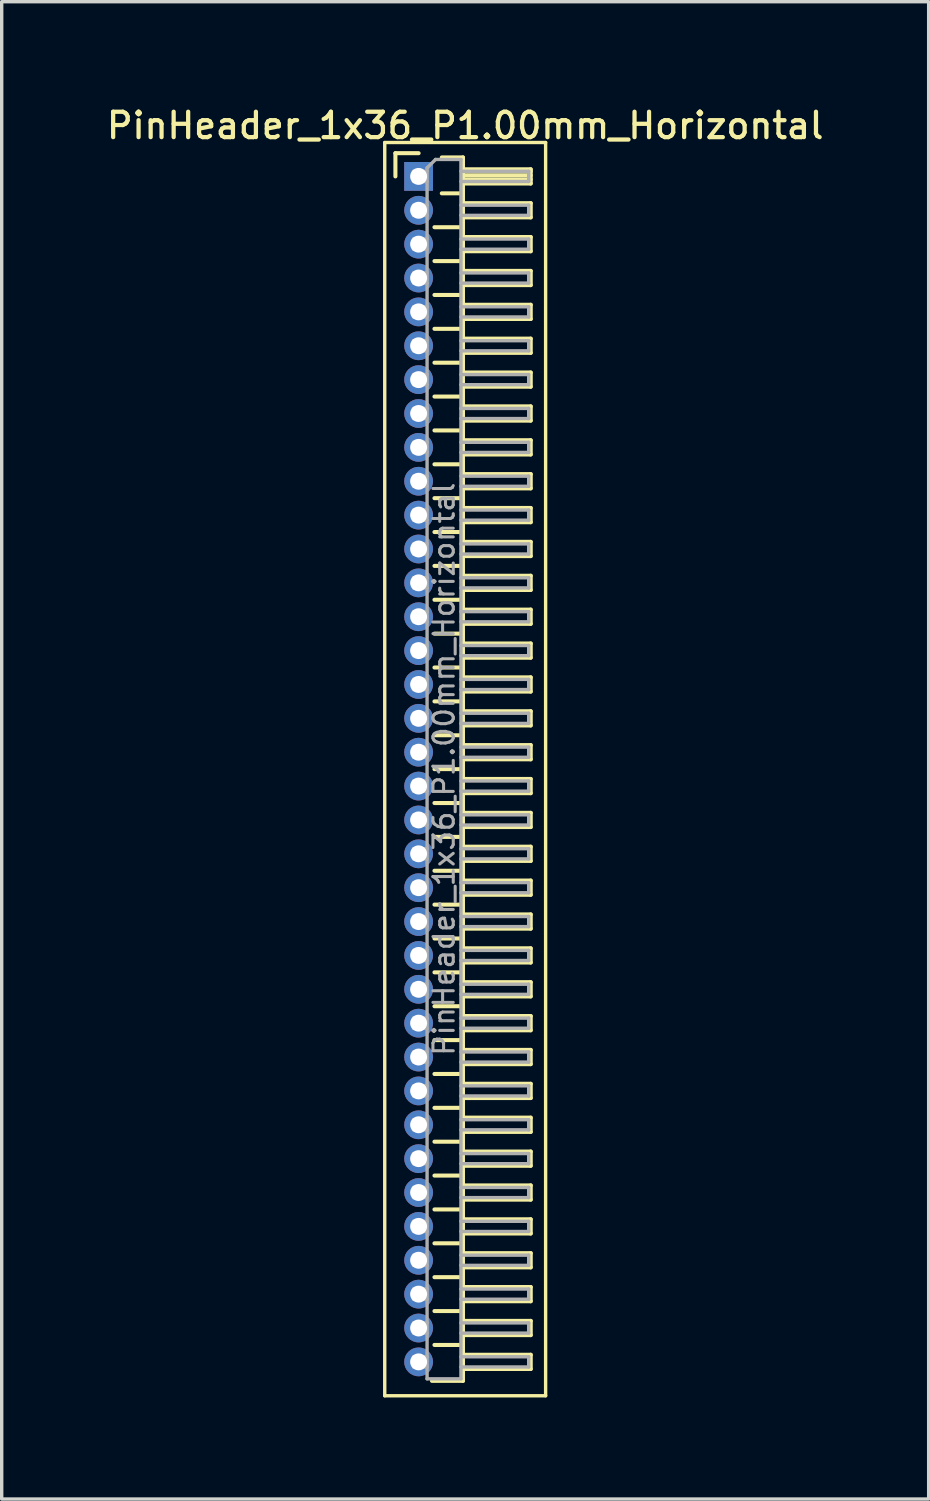
<source format=kicad_pcb>
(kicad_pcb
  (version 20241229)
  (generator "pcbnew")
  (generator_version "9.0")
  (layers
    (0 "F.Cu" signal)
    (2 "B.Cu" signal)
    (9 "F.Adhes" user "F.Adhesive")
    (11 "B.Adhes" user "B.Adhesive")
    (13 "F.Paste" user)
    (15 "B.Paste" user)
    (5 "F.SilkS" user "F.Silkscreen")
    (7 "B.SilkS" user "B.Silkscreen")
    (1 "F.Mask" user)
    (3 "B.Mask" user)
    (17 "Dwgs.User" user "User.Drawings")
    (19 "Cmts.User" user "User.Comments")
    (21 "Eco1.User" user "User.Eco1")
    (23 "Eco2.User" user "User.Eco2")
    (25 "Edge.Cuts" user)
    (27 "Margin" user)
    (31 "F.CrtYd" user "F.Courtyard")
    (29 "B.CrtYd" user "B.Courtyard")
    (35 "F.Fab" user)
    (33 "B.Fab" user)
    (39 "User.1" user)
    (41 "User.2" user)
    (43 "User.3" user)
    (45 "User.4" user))
  (footprint "PinHeader_1x36_P1.00mm_Horizontal"
    (layer "F.Cu")
    (at 9.309 2.158)
    (property "Reference" "PinHeader_1x36_P1.00mm_Horizontal" (at 1.375 -1.5 0) (layer "F.SilkS") (effects (font (size 0.75 0.75) (thickness 0.125))))
    (attr through_hole)
    (fp_line (start -1 -1) (end -1 36) (stroke (width 0.1) (type solid)) (layer "F.SilkS"))
    (fp_line (start -1 36) (end 3.75 36) (stroke (width 0.1) (type solid)) (layer "F.SilkS"))
    (fp_line (start -0.685 -0.685) (end 0 -0.685) (stroke (width 0.12) (type solid)) (layer "F.SilkS"))
    (fp_line (start -0.685 0) (end -0.685 -0.685) (stroke (width 0.12) (type solid)) (layer "F.SilkS"))
    (fp_line (start 0.468 1.5) (end 1.31 1.5) (stroke (width 0.12) (type solid)) (layer "F.SilkS"))
    (fp_line (start 0.468 2.5) (end 1.31 2.5) (stroke (width 0.12) (type solid)) (layer "F.SilkS"))
    (fp_line (start 0.468 3.5) (end 1.31 3.5) (stroke (width 0.12) (type solid)) (layer "F.SilkS"))
    (fp_line (start 0.468 4.5) (end 1.31 4.5) (stroke (width 0.12) (type solid)) (layer "F.SilkS"))
    (fp_line (start 0.468 5.5) (end 1.31 5.5) (stroke (width 0.12) (type solid)) (layer "F.SilkS"))
    (fp_line (start 0.468 6.5) (end 1.31 6.5) (stroke (width 0.12) (type solid)) (layer "F.SilkS"))
    (fp_line (start 0.468 7.5) (end 1.31 7.5) (stroke (width 0.12) (type solid)) (layer "F.SilkS"))
    (fp_line (start 0.468 8.5) (end 1.31 8.5) (stroke (width 0.12) (type solid)) (layer "F.SilkS"))
    (fp_line (start 0.468 9.5) (end 1.31 9.5) (stroke (width 0.12) (type solid)) (layer "F.SilkS"))
    (fp_line (start 0.468 10.5) (end 1.31 10.5) (stroke (width 0.12) (type solid)) (layer "F.SilkS"))
    (fp_line (start 0.468 11.5) (end 1.31 11.5) (stroke (width 0.12) (type solid)) (layer "F.SilkS"))
    (fp_line (start 0.468 12.5) (end 1.31 12.5) (stroke (width 0.12) (type solid)) (layer "F.SilkS"))
    (fp_line (start 0.468 13.5) (end 1.31 13.5) (stroke (width 0.12) (type solid)) (layer "F.SilkS"))
    (fp_line (start 0.468 14.5) (end 1.31 14.5) (stroke (width 0.12) (type solid)) (layer "F.SilkS"))
    (fp_line (start 0.468 15.5) (end 1.31 15.5) (stroke (width 0.12) (type solid)) (layer "F.SilkS"))
    (fp_line (start 0.468 16.5) (end 1.31 16.5) (stroke (width 0.12) (type solid)) (layer "F.SilkS"))
    (fp_line (start 0.468 17.5) (end 1.31 17.5) (stroke (width 0.12) (type solid)) (layer "F.SilkS"))
    (fp_line (start 0.468 18.5) (end 1.31 18.5) (stroke (width 0.12) (type solid)) (layer "F.SilkS"))
    (fp_line (start 0.468 19.5) (end 1.31 19.5) (stroke (width 0.12) (type solid)) (layer "F.SilkS"))
    (fp_line (start 0.468 20.5) (end 1.31 20.5) (stroke (width 0.12) (type solid)) (layer "F.SilkS"))
    (fp_line (start 0.468 21.5) (end 1.31 21.5) (stroke (width 0.12) (type solid)) (layer "F.SilkS"))
    (fp_line (start 0.468 22.5) (end 1.31 22.5) (stroke (width 0.12) (type solid)) (layer "F.SilkS"))
    (fp_line (start 0.468 23.5) (end 1.31 23.5) (stroke (width 0.12) (type solid)) (layer "F.SilkS"))
    (fp_line (start 0.468 24.5) (end 1.31 24.5) (stroke (width 0.12) (type solid)) (layer "F.SilkS"))
    (fp_line (start 0.468 25.5) (end 1.31 25.5) (stroke (width 0.12) (type solid)) (layer "F.SilkS"))
    (fp_line (start 0.468 26.5) (end 1.31 26.5) (stroke (width 0.12) (type solid)) (layer "F.SilkS"))
    (fp_line (start 0.468 27.5) (end 1.31 27.5) (stroke (width 0.12) (type solid)) (layer "F.SilkS"))
    (fp_line (start 0.468 28.5) (end 1.31 28.5) (stroke (width 0.12) (type solid)) (layer "F.SilkS"))
    (fp_line (start 0.468 29.5) (end 1.31 29.5) (stroke (width 0.12) (type solid)) (layer "F.SilkS"))
    (fp_line (start 0.468 30.5) (end 1.31 30.5) (stroke (width 0.12) (type solid)) (layer "F.SilkS"))
    (fp_line (start 0.468 31.5) (end 1.31 31.5) (stroke (width 0.12) (type solid)) (layer "F.SilkS"))
    (fp_line (start 0.468 32.5) (end 1.31 32.5) (stroke (width 0.12) (type solid)) (layer "F.SilkS"))
    (fp_line (start 0.468 33.5) (end 1.31 33.5) (stroke (width 0.12) (type solid)) (layer "F.SilkS"))
    (fp_line (start 0.468 34.5) (end 1.31 34.5) (stroke (width 0.12) (type solid)) (layer "F.SilkS"))
    (fp_line (start 0.685 -0.56) (end 1.31 -0.56) (stroke (width 0.12) (type solid)) (layer "F.SilkS"))
    (fp_line (start 0.685 0.5) (end 1.31 0.5) (stroke (width 0.12) (type solid)) (layer "F.SilkS"))
    (fp_line (start 1.31 -0.56) (end 1.31 35.56) (stroke (width 0.12) (type solid)) (layer "F.SilkS"))
    (fp_line (start 1.31 -0.21) (end 3.31 -0.21) (stroke (width 0.12) (type solid)) (layer "F.SilkS"))
    (fp_line (start 1.31 -0.15) (end 3.31 -0.15) (stroke (width 0.12) (type solid)) (layer "F.SilkS"))
    (fp_line (start 1.31 -0.03) (end 3.31 -0.03) (stroke (width 0.12) (type solid)) (layer "F.SilkS"))
    (fp_line (start 1.31 0.09) (end 3.31 0.09) (stroke (width 0.12) (type solid)) (layer "F.SilkS"))
    (fp_line (start 1.31 0.79) (end 3.31 0.79) (stroke (width 0.12) (type solid)) (layer "F.SilkS"))
    (fp_line (start 1.31 1.79) (end 3.31 1.79) (stroke (width 0.12) (type solid)) (layer "F.SilkS"))
    (fp_line (start 1.31 2.79) (end 3.31 2.79) (stroke (width 0.12) (type solid)) (layer "F.SilkS"))
    (fp_line (start 1.31 3.79) (end 3.31 3.79) (stroke (width 0.12) (type solid)) (layer "F.SilkS"))
    (fp_line (start 1.31 4.79) (end 3.31 4.79) (stroke (width 0.12) (type solid)) (layer "F.SilkS"))
    (fp_line (start 1.31 5.79) (end 3.31 5.79) (stroke (width 0.12) (type solid)) (layer "F.SilkS"))
    (fp_line (start 1.31 6.79) (end 3.31 6.79) (stroke (width 0.12) (type solid)) (layer "F.SilkS"))
    (fp_line (start 1.31 7.79) (end 3.31 7.79) (stroke (width 0.12) (type solid)) (layer "F.SilkS"))
    (fp_line (start 1.31 8.79) (end 3.31 8.79) (stroke (width 0.12) (type solid)) (layer "F.SilkS"))
    (fp_line (start 1.31 9.79) (end 3.31 9.79) (stroke (width 0.12) (type solid)) (layer "F.SilkS"))
    (fp_line (start 1.31 10.79) (end 3.31 10.79) (stroke (width 0.12) (type solid)) (layer "F.SilkS"))
    (fp_line (start 1.31 11.79) (end 3.31 11.79) (stroke (width 0.12) (type solid)) (layer "F.SilkS"))
    (fp_line (start 1.31 12.79) (end 3.31 12.79) (stroke (width 0.12) (type solid)) (layer "F.SilkS"))
    (fp_line (start 1.31 13.79) (end 3.31 13.79) (stroke (width 0.12) (type solid)) (layer "F.SilkS"))
    (fp_line (start 1.31 14.79) (end 3.31 14.79) (stroke (width 0.12) (type solid)) (layer "F.SilkS"))
    (fp_line (start 1.31 15.79) (end 3.31 15.79) (stroke (width 0.12) (type solid)) (layer "F.SilkS"))
    (fp_line (start 1.31 16.79) (end 3.31 16.79) (stroke (width 0.12) (type solid)) (layer "F.SilkS"))
    (fp_line (start 1.31 17.79) (end 3.31 17.79) (stroke (width 0.12) (type solid)) (layer "F.SilkS"))
    (fp_line (start 1.31 18.79) (end 3.31 18.79) (stroke (width 0.12) (type solid)) (layer "F.SilkS"))
    (fp_line (start 1.31 19.79) (end 3.31 19.79) (stroke (width 0.12) (type solid)) (layer "F.SilkS"))
    (fp_line (start 1.31 20.79) (end 3.31 20.79) (stroke (width 0.12) (type solid)) (layer "F.SilkS"))
    (fp_line (start 1.31 21.79) (end 3.31 21.79) (stroke (width 0.12) (type solid)) (layer "F.SilkS"))
    (fp_line (start 1.31 22.79) (end 3.31 22.79) (stroke (width 0.12) (type solid)) (layer "F.SilkS"))
    (fp_line (start 1.31 23.79) (end 3.31 23.79) (stroke (width 0.12) (type solid)) (layer "F.SilkS"))
    (fp_line (start 1.31 24.79) (end 3.31 24.79) (stroke (width 0.12) (type solid)) (layer "F.SilkS"))
    (fp_line (start 1.31 25.79) (end 3.31 25.79) (stroke (width 0.12) (type solid)) (layer "F.SilkS"))
    (fp_line (start 1.31 26.79) (end 3.31 26.79) (stroke (width 0.12) (type solid)) (layer "F.SilkS"))
    (fp_line (start 1.31 27.79) (end 3.31 27.79) (stroke (width 0.12) (type solid)) (layer "F.SilkS"))
    (fp_line (start 1.31 28.79) (end 3.31 28.79) (stroke (width 0.12) (type solid)) (layer "F.SilkS"))
    (fp_line (start 1.31 29.79) (end 3.31 29.79) (stroke (width 0.12) (type solid)) (layer "F.SilkS"))
    (fp_line (start 1.31 30.79) (end 3.31 30.79) (stroke (width 0.12) (type solid)) (layer "F.SilkS"))
    (fp_line (start 1.31 31.79) (end 3.31 31.79) (stroke (width 0.12) (type solid)) (layer "F.SilkS"))
    (fp_line (start 1.31 32.79) (end 3.31 32.79) (stroke (width 0.12) (type solid)) (layer "F.SilkS"))
    (fp_line (start 1.31 33.79) (end 3.31 33.79) (stroke (width 0.12) (type solid)) (layer "F.SilkS"))
    (fp_line (start 1.31 34.79) (end 3.31 34.79) (stroke (width 0.12) (type solid)) (layer "F.SilkS"))
    (fp_line (start 1.31 35.56) (end 0.394 35.56) (stroke (width 0.12) (type solid)) (layer "F.SilkS"))
    (fp_line (start 3.31 -0.21) (end 3.31 0.21) (stroke (width 0.12) (type solid)) (layer "F.SilkS"))
    (fp_line (start 3.31 0.21) (end 1.31 0.21) (stroke (width 0.12) (type solid)) (layer "F.SilkS"))
    (fp_line (start 3.31 0.79) (end 3.31 1.21) (stroke (width 0.12) (type solid)) (layer "F.SilkS"))
    (fp_line (start 3.31 1.21) (end 1.31 1.21) (stroke (width 0.12) (type solid)) (layer "F.SilkS"))
    (fp_line (start 3.31 1.79) (end 3.31 2.21) (stroke (width 0.12) (type solid)) (layer "F.SilkS"))
    (fp_line (start 3.31 2.21) (end 1.31 2.21) (stroke (width 0.12) (type solid)) (layer "F.SilkS"))
    (fp_line (start 3.31 2.79) (end 3.31 3.21) (stroke (width 0.12) (type solid)) (layer "F.SilkS"))
    (fp_line (start 3.31 3.21) (end 1.31 3.21) (stroke (width 0.12) (type solid)) (layer "F.SilkS"))
    (fp_line (start 3.31 3.79) (end 3.31 4.21) (stroke (width 0.12) (type solid)) (layer "F.SilkS"))
    (fp_line (start 3.31 4.21) (end 1.31 4.21) (stroke (width 0.12) (type solid)) (layer "F.SilkS"))
    (fp_line (start 3.31 4.79) (end 3.31 5.21) (stroke (width 0.12) (type solid)) (layer "F.SilkS"))
    (fp_line (start 3.31 5.21) (end 1.31 5.21) (stroke (width 0.12) (type solid)) (layer "F.SilkS"))
    (fp_line (start 3.31 5.79) (end 3.31 6.21) (stroke (width 0.12) (type solid)) (layer "F.SilkS"))
    (fp_line (start 3.31 6.21) (end 1.31 6.21) (stroke (width 0.12) (type solid)) (layer "F.SilkS"))
    (fp_line (start 3.31 6.79) (end 3.31 7.21) (stroke (width 0.12) (type solid)) (layer "F.SilkS"))
    (fp_line (start 3.31 7.21) (end 1.31 7.21) (stroke (width 0.12) (type solid)) (layer "F.SilkS"))
    (fp_line (start 3.31 7.79) (end 3.31 8.21) (stroke (width 0.12) (type solid)) (layer "F.SilkS"))
    (fp_line (start 3.31 8.21) (end 1.31 8.21) (stroke (width 0.12) (type solid)) (layer "F.SilkS"))
    (fp_line (start 3.31 8.79) (end 3.31 9.21) (stroke (width 0.12) (type solid)) (layer "F.SilkS"))
    (fp_line (start 3.31 9.21) (end 1.31 9.21) (stroke (width 0.12) (type solid)) (layer "F.SilkS"))
    (fp_line (start 3.31 9.79) (end 3.31 10.21) (stroke (width 0.12) (type solid)) (layer "F.SilkS"))
    (fp_line (start 3.31 10.21) (end 1.31 10.21) (stroke (width 0.12) (type solid)) (layer "F.SilkS"))
    (fp_line (start 3.31 10.79) (end 3.31 11.21) (stroke (width 0.12) (type solid)) (layer "F.SilkS"))
    (fp_line (start 3.31 11.21) (end 1.31 11.21) (stroke (width 0.12) (type solid)) (layer "F.SilkS"))
    (fp_line (start 3.31 11.79) (end 3.31 12.21) (stroke (width 0.12) (type solid)) (layer "F.SilkS"))
    (fp_line (start 3.31 12.21) (end 1.31 12.21) (stroke (width 0.12) (type solid)) (layer "F.SilkS"))
    (fp_line (start 3.31 12.79) (end 3.31 13.21) (stroke (width 0.12) (type solid)) (layer "F.SilkS"))
    (fp_line (start 3.31 13.21) (end 1.31 13.21) (stroke (width 0.12) (type solid)) (layer "F.SilkS"))
    (fp_line (start 3.31 13.79) (end 3.31 14.21) (stroke (width 0.12) (type solid)) (layer "F.SilkS"))
    (fp_line (start 3.31 14.21) (end 1.31 14.21) (stroke (width 0.12) (type solid)) (layer "F.SilkS"))
    (fp_line (start 3.31 14.79) (end 3.31 15.21) (stroke (width 0.12) (type solid)) (layer "F.SilkS"))
    (fp_line (start 3.31 15.21) (end 1.31 15.21) (stroke (width 0.12) (type solid)) (layer "F.SilkS"))
    (fp_line (start 3.31 15.79) (end 3.31 16.21) (stroke (width 0.12) (type solid)) (layer "F.SilkS"))
    (fp_line (start 3.31 16.21) (end 1.31 16.21) (stroke (width 0.12) (type solid)) (layer "F.SilkS"))
    (fp_line (start 3.31 16.79) (end 3.31 17.21) (stroke (width 0.12) (type solid)) (layer "F.SilkS"))
    (fp_line (start 3.31 17.21) (end 1.31 17.21) (stroke (width 0.12) (type solid)) (layer "F.SilkS"))
    (fp_line (start 3.31 17.79) (end 3.31 18.21) (stroke (width 0.12) (type solid)) (layer "F.SilkS"))
    (fp_line (start 3.31 18.21) (end 1.31 18.21) (stroke (width 0.12) (type solid)) (layer "F.SilkS"))
    (fp_line (start 3.31 18.79) (end 3.31 19.21) (stroke (width 0.12) (type solid)) (layer "F.SilkS"))
    (fp_line (start 3.31 19.21) (end 1.31 19.21) (stroke (width 0.12) (type solid)) (layer "F.SilkS"))
    (fp_line (start 3.31 19.79) (end 3.31 20.21) (stroke (width 0.12) (type solid)) (layer "F.SilkS"))
    (fp_line (start 3.31 20.21) (end 1.31 20.21) (stroke (width 0.12) (type solid)) (layer "F.SilkS"))
    (fp_line (start 3.31 20.79) (end 3.31 21.21) (stroke (width 0.12) (type solid)) (layer "F.SilkS"))
    (fp_line (start 3.31 21.21) (end 1.31 21.21) (stroke (width 0.12) (type solid)) (layer "F.SilkS"))
    (fp_line (start 3.31 21.79) (end 3.31 22.21) (stroke (width 0.12) (type solid)) (layer "F.SilkS"))
    (fp_line (start 3.31 22.21) (end 1.31 22.21) (stroke (width 0.12) (type solid)) (layer "F.SilkS"))
    (fp_line (start 3.31 22.79) (end 3.31 23.21) (stroke (width 0.12) (type solid)) (layer "F.SilkS"))
    (fp_line (start 3.31 23.21) (end 1.31 23.21) (stroke (width 0.12) (type solid)) (layer "F.SilkS"))
    (fp_line (start 3.31 23.79) (end 3.31 24.21) (stroke (width 0.12) (type solid)) (layer "F.SilkS"))
    (fp_line (start 3.31 24.21) (end 1.31 24.21) (stroke (width 0.12) (type solid)) (layer "F.SilkS"))
    (fp_line (start 3.31 24.79) (end 3.31 25.21) (stroke (width 0.12) (type solid)) (layer "F.SilkS"))
    (fp_line (start 3.31 25.21) (end 1.31 25.21) (stroke (width 0.12) (type solid)) (layer "F.SilkS"))
    (fp_line (start 3.31 25.79) (end 3.31 26.21) (stroke (width 0.12) (type solid)) (layer "F.SilkS"))
    (fp_line (start 3.31 26.21) (end 1.31 26.21) (stroke (width 0.12) (type solid)) (layer "F.SilkS"))
    (fp_line (start 3.31 26.79) (end 3.31 27.21) (stroke (width 0.12) (type solid)) (layer "F.SilkS"))
    (fp_line (start 3.31 27.21) (end 1.31 27.21) (stroke (width 0.12) (type solid)) (layer "F.SilkS"))
    (fp_line (start 3.31 27.79) (end 3.31 28.21) (stroke (width 0.12) (type solid)) (layer "F.SilkS"))
    (fp_line (start 3.31 28.21) (end 1.31 28.21) (stroke (width 0.12) (type solid)) (layer "F.SilkS"))
    (fp_line (start 3.31 28.79) (end 3.31 29.21) (stroke (width 0.12) (type solid)) (layer "F.SilkS"))
    (fp_line (start 3.31 29.21) (end 1.31 29.21) (stroke (width 0.12) (type solid)) (layer "F.SilkS"))
    (fp_line (start 3.31 29.79) (end 3.31 30.21) (stroke (width 0.12) (type solid)) (layer "F.SilkS"))
    (fp_line (start 3.31 30.21) (end 1.31 30.21) (stroke (width 0.12) (type solid)) (layer "F.SilkS"))
    (fp_line (start 3.31 30.79) (end 3.31 31.21) (stroke (width 0.12) (type solid)) (layer "F.SilkS"))
    (fp_line (start 3.31 31.21) (end 1.31 31.21) (stroke (width 0.12) (type solid)) (layer "F.SilkS"))
    (fp_line (start 3.31 31.79) (end 3.31 32.21) (stroke (width 0.12) (type solid)) (layer "F.SilkS"))
    (fp_line (start 3.31 32.21) (end 1.31 32.21) (stroke (width 0.12) (type solid)) (layer "F.SilkS"))
    (fp_line (start 3.31 32.79) (end 3.31 33.21) (stroke (width 0.12) (type solid)) (layer "F.SilkS"))
    (fp_line (start 3.31 33.21) (end 1.31 33.21) (stroke (width 0.12) (type solid)) (layer "F.SilkS"))
    (fp_line (start 3.31 33.79) (end 3.31 34.21) (stroke (width 0.12) (type solid)) (layer "F.SilkS"))
    (fp_line (start 3.31 34.21) (end 1.31 34.21) (stroke (width 0.12) (type solid)) (layer "F.SilkS"))
    (fp_line (start 3.31 34.79) (end 3.31 35.21) (stroke (width 0.12) (type solid)) (layer "F.SilkS"))
    (fp_line (start 3.31 35.21) (end 1.31 35.21) (stroke (width 0.12) (type solid)) (layer "F.SilkS"))
    (fp_line (start 3.75 -1) (end -1 -1) (stroke (width 0.1) (type solid)) (layer "F.SilkS"))
    (fp_line (start 3.75 36) (end 3.75 -1) (stroke (width 0.1) (type solid)) (layer "F.SilkS"))
    (fp_line (start -0.15 -0.15) (end -0.15 0.15) (stroke (width 0.1) (type solid)) (layer "F.Fab"))
    (fp_line (start -0.15 -0.15) (end 0.25 -0.15) (stroke (width 0.1) (type solid)) (layer "F.Fab"))
    (fp_line (start -0.15 0.15) (end 0.25 0.15) (stroke (width 0.1) (type solid)) (layer "F.Fab"))
    (fp_line (start -0.15 0.85) (end -0.15 1.15) (stroke (width 0.1) (type solid)) (layer "F.Fab"))
    (fp_line (start -0.15 0.85) (end 0.25 0.85) (stroke (width 0.1) (type solid)) (layer "F.Fab"))
    (fp_line (start -0.15 1.15) (end 0.25 1.15) (stroke (width 0.1) (type solid)) (layer "F.Fab"))
    (fp_line (start -0.15 1.85) (end -0.15 2.15) (stroke (width 0.1) (type solid)) (layer "F.Fab"))
    (fp_line (start -0.15 1.85) (end 0.25 1.85) (stroke (width 0.1) (type solid)) (layer "F.Fab"))
    (fp_line (start -0.15 2.15) (end 0.25 2.15) (stroke (width 0.1) (type solid)) (layer "F.Fab"))
    (fp_line (start -0.15 2.85) (end -0.15 3.15) (stroke (width 0.1) (type solid)) (layer "F.Fab"))
    (fp_line (start -0.15 2.85) (end 0.25 2.85) (stroke (width 0.1) (type solid)) (layer "F.Fab"))
    (fp_line (start -0.15 3.15) (end 0.25 3.15) (stroke (width 0.1) (type solid)) (layer "F.Fab"))
    (fp_line (start -0.15 3.85) (end -0.15 4.15) (stroke (width 0.1) (type solid)) (layer "F.Fab"))
    (fp_line (start -0.15 3.85) (end 0.25 3.85) (stroke (width 0.1) (type solid)) (layer "F.Fab"))
    (fp_line (start -0.15 4.15) (end 0.25 4.15) (stroke (width 0.1) (type solid)) (layer "F.Fab"))
    (fp_line (start -0.15 4.85) (end -0.15 5.15) (stroke (width 0.1) (type solid)) (layer "F.Fab"))
    (fp_line (start -0.15 4.85) (end 0.25 4.85) (stroke (width 0.1) (type solid)) (layer "F.Fab"))
    (fp_line (start -0.15 5.15) (end 0.25 5.15) (stroke (width 0.1) (type solid)) (layer "F.Fab"))
    (fp_line (start -0.15 5.85) (end -0.15 6.15) (stroke (width 0.1) (type solid)) (layer "F.Fab"))
    (fp_line (start -0.15 5.85) (end 0.25 5.85) (stroke (width 0.1) (type solid)) (layer "F.Fab"))
    (fp_line (start -0.15 6.15) (end 0.25 6.15) (stroke (width 0.1) (type solid)) (layer "F.Fab"))
    (fp_line (start -0.15 6.85) (end -0.15 7.15) (stroke (width 0.1) (type solid)) (layer "F.Fab"))
    (fp_line (start -0.15 6.85) (end 0.25 6.85) (stroke (width 0.1) (type solid)) (layer "F.Fab"))
    (fp_line (start -0.15 7.15) (end 0.25 7.15) (stroke (width 0.1) (type solid)) (layer "F.Fab"))
    (fp_line (start -0.15 7.85) (end -0.15 8.15) (stroke (width 0.1) (type solid)) (layer "F.Fab"))
    (fp_line (start -0.15 7.85) (end 0.25 7.85) (stroke (width 0.1) (type solid)) (layer "F.Fab"))
    (fp_line (start -0.15 8.15) (end 0.25 8.15) (stroke (width 0.1) (type solid)) (layer "F.Fab"))
    (fp_line (start -0.15 8.85) (end -0.15 9.15) (stroke (width 0.1) (type solid)) (layer "F.Fab"))
    (fp_line (start -0.15 8.85) (end 0.25 8.85) (stroke (width 0.1) (type solid)) (layer "F.Fab"))
    (fp_line (start -0.15 9.15) (end 0.25 9.15) (stroke (width 0.1) (type solid)) (layer "F.Fab"))
    (fp_line (start -0.15 9.85) (end -0.15 10.15) (stroke (width 0.1) (type solid)) (layer "F.Fab"))
    (fp_line (start -0.15 9.85) (end 0.25 9.85) (stroke (width 0.1) (type solid)) (layer "F.Fab"))
    (fp_line (start -0.15 10.15) (end 0.25 10.15) (stroke (width 0.1) (type solid)) (layer "F.Fab"))
    (fp_line (start -0.15 10.85) (end -0.15 11.15) (stroke (width 0.1) (type solid)) (layer "F.Fab"))
    (fp_line (start -0.15 10.85) (end 0.25 10.85) (stroke (width 0.1) (type solid)) (layer "F.Fab"))
    (fp_line (start -0.15 11.15) (end 0.25 11.15) (stroke (width 0.1) (type solid)) (layer "F.Fab"))
    (fp_line (start -0.15 11.85) (end -0.15 12.15) (stroke (width 0.1) (type solid)) (layer "F.Fab"))
    (fp_line (start -0.15 11.85) (end 0.25 11.85) (stroke (width 0.1) (type solid)) (layer "F.Fab"))
    (fp_line (start -0.15 12.15) (end 0.25 12.15) (stroke (width 0.1) (type solid)) (layer "F.Fab"))
    (fp_line (start -0.15 12.85) (end -0.15 13.15) (stroke (width 0.1) (type solid)) (layer "F.Fab"))
    (fp_line (start -0.15 12.85) (end 0.25 12.85) (stroke (width 0.1) (type solid)) (layer "F.Fab"))
    (fp_line (start -0.15 13.15) (end 0.25 13.15) (stroke (width 0.1) (type solid)) (layer "F.Fab"))
    (fp_line (start -0.15 13.85) (end -0.15 14.15) (stroke (width 0.1) (type solid)) (layer "F.Fab"))
    (fp_line (start -0.15 13.85) (end 0.25 13.85) (stroke (width 0.1) (type solid)) (layer "F.Fab"))
    (fp_line (start -0.15 14.15) (end 0.25 14.15) (stroke (width 0.1) (type solid)) (layer "F.Fab"))
    (fp_line (start -0.15 14.85) (end -0.15 15.15) (stroke (width 0.1) (type solid)) (layer "F.Fab"))
    (fp_line (start -0.15 14.85) (end 0.25 14.85) (stroke (width 0.1) (type solid)) (layer "F.Fab"))
    (fp_line (start -0.15 15.15) (end 0.25 15.15) (stroke (width 0.1) (type solid)) (layer "F.Fab"))
    (fp_line (start -0.15 15.85) (end -0.15 16.15) (stroke (width 0.1) (type solid)) (layer "F.Fab"))
    (fp_line (start -0.15 15.85) (end 0.25 15.85) (stroke (width 0.1) (type solid)) (layer "F.Fab"))
    (fp_line (start -0.15 16.15) (end 0.25 16.15) (stroke (width 0.1) (type solid)) (layer "F.Fab"))
    (fp_line (start -0.15 16.85) (end -0.15 17.15) (stroke (width 0.1) (type solid)) (layer "F.Fab"))
    (fp_line (start -0.15 16.85) (end 0.25 16.85) (stroke (width 0.1) (type solid)) (layer "F.Fab"))
    (fp_line (start -0.15 17.15) (end 0.25 17.15) (stroke (width 0.1) (type solid)) (layer "F.Fab"))
    (fp_line (start -0.15 17.85) (end -0.15 18.15) (stroke (width 0.1) (type solid)) (layer "F.Fab"))
    (fp_line (start -0.15 17.85) (end 0.25 17.85) (stroke (width 0.1) (type solid)) (layer "F.Fab"))
    (fp_line (start -0.15 18.15) (end 0.25 18.15) (stroke (width 0.1) (type solid)) (layer "F.Fab"))
    (fp_line (start -0.15 18.85) (end -0.15 19.15) (stroke (width 0.1) (type solid)) (layer "F.Fab"))
    (fp_line (start -0.15 18.85) (end 0.25 18.85) (stroke (width 0.1) (type solid)) (layer "F.Fab"))
    (fp_line (start -0.15 19.15) (end 0.25 19.15) (stroke (width 0.1) (type solid)) (layer "F.Fab"))
    (fp_line (start -0.15 19.85) (end -0.15 20.15) (stroke (width 0.1) (type solid)) (layer "F.Fab"))
    (fp_line (start -0.15 19.85) (end 0.25 19.85) (stroke (width 0.1) (type solid)) (layer "F.Fab"))
    (fp_line (start -0.15 20.15) (end 0.25 20.15) (stroke (width 0.1) (type solid)) (layer "F.Fab"))
    (fp_line (start -0.15 20.85) (end -0.15 21.15) (stroke (width 0.1) (type solid)) (layer "F.Fab"))
    (fp_line (start -0.15 20.85) (end 0.25 20.85) (stroke (width 0.1) (type solid)) (layer "F.Fab"))
    (fp_line (start -0.15 21.15) (end 0.25 21.15) (stroke (width 0.1) (type solid)) (layer "F.Fab"))
    (fp_line (start -0.15 21.85) (end -0.15 22.15) (stroke (width 0.1) (type solid)) (layer "F.Fab"))
    (fp_line (start -0.15 21.85) (end 0.25 21.85) (stroke (width 0.1) (type solid)) (layer "F.Fab"))
    (fp_line (start -0.15 22.15) (end 0.25 22.15) (stroke (width 0.1) (type solid)) (layer "F.Fab"))
    (fp_line (start -0.15 22.85) (end -0.15 23.15) (stroke (width 0.1) (type solid)) (layer "F.Fab"))
    (fp_line (start -0.15 22.85) (end 0.25 22.85) (stroke (width 0.1) (type solid)) (layer "F.Fab"))
    (fp_line (start -0.15 23.15) (end 0.25 23.15) (stroke (width 0.1) (type solid)) (layer "F.Fab"))
    (fp_line (start -0.15 23.85) (end -0.15 24.15) (stroke (width 0.1) (type solid)) (layer "F.Fab"))
    (fp_line (start -0.15 23.85) (end 0.25 23.85) (stroke (width 0.1) (type solid)) (layer "F.Fab"))
    (fp_line (start -0.15 24.15) (end 0.25 24.15) (stroke (width 0.1) (type solid)) (layer "F.Fab"))
    (fp_line (start -0.15 24.85) (end -0.15 25.15) (stroke (width 0.1) (type solid)) (layer "F.Fab"))
    (fp_line (start -0.15 24.85) (end 0.25 24.85) (stroke (width 0.1) (type solid)) (layer "F.Fab"))
    (fp_line (start -0.15 25.15) (end 0.25 25.15) (stroke (width 0.1) (type solid)) (layer "F.Fab"))
    (fp_line (start -0.15 25.85) (end -0.15 26.15) (stroke (width 0.1) (type solid)) (layer "F.Fab"))
    (fp_line (start -0.15 25.85) (end 0.25 25.85) (stroke (width 0.1) (type solid)) (layer "F.Fab"))
    (fp_line (start -0.15 26.15) (end 0.25 26.15) (stroke (width 0.1) (type solid)) (layer "F.Fab"))
    (fp_line (start -0.15 26.85) (end -0.15 27.15) (stroke (width 0.1) (type solid)) (layer "F.Fab"))
    (fp_line (start -0.15 26.85) (end 0.25 26.85) (stroke (width 0.1) (type solid)) (layer "F.Fab"))
    (fp_line (start -0.15 27.15) (end 0.25 27.15) (stroke (width 0.1) (type solid)) (layer "F.Fab"))
    (fp_line (start -0.15 27.85) (end -0.15 28.15) (stroke (width 0.1) (type solid)) (layer "F.Fab"))
    (fp_line (start -0.15 27.85) (end 0.25 27.85) (stroke (width 0.1) (type solid)) (layer "F.Fab"))
    (fp_line (start -0.15 28.15) (end 0.25 28.15) (stroke (width 0.1) (type solid)) (layer "F.Fab"))
    (fp_line (start -0.15 28.85) (end -0.15 29.15) (stroke (width 0.1) (type solid)) (layer "F.Fab"))
    (fp_line (start -0.15 28.85) (end 0.25 28.85) (stroke (width 0.1) (type solid)) (layer "F.Fab"))
    (fp_line (start -0.15 29.15) (end 0.25 29.15) (stroke (width 0.1) (type solid)) (layer "F.Fab"))
    (fp_line (start -0.15 29.85) (end -0.15 30.15) (stroke (width 0.1) (type solid)) (layer "F.Fab"))
    (fp_line (start -0.15 29.85) (end 0.25 29.85) (stroke (width 0.1) (type solid)) (layer "F.Fab"))
    (fp_line (start -0.15 30.15) (end 0.25 30.15) (stroke (width 0.1) (type solid)) (layer "F.Fab"))
    (fp_line (start -0.15 30.85) (end -0.15 31.15) (stroke (width 0.1) (type solid)) (layer "F.Fab"))
    (fp_line (start -0.15 30.85) (end 0.25 30.85) (stroke (width 0.1) (type solid)) (layer "F.Fab"))
    (fp_line (start -0.15 31.15) (end 0.25 31.15) (stroke (width 0.1) (type solid)) (layer "F.Fab"))
    (fp_line (start -0.15 31.85) (end -0.15 32.15) (stroke (width 0.1) (type solid)) (layer "F.Fab"))
    (fp_line (start -0.15 31.85) (end 0.25 31.85) (stroke (width 0.1) (type solid)) (layer "F.Fab"))
    (fp_line (start -0.15 32.15) (end 0.25 32.15) (stroke (width 0.1) (type solid)) (layer "F.Fab"))
    (fp_line (start -0.15 32.85) (end -0.15 33.15) (stroke (width 0.1) (type solid)) (layer "F.Fab"))
    (fp_line (start -0.15 32.85) (end 0.25 32.85) (stroke (width 0.1) (type solid)) (layer "F.Fab"))
    (fp_line (start -0.15 33.15) (end 0.25 33.15) (stroke (width 0.1) (type solid)) (layer "F.Fab"))
    (fp_line (start -0.15 33.85) (end -0.15 34.15) (stroke (width 0.1) (type solid)) (layer "F.Fab"))
    (fp_line (start -0.15 33.85) (end 0.25 33.85) (stroke (width 0.1) (type solid)) (layer "F.Fab"))
    (fp_line (start -0.15 34.15) (end 0.25 34.15) (stroke (width 0.1) (type solid)) (layer "F.Fab"))
    (fp_line (start -0.15 34.85) (end -0.15 35.15) (stroke (width 0.1) (type solid)) (layer "F.Fab"))
    (fp_line (start -0.15 34.85) (end 0.25 34.85) (stroke (width 0.1) (type solid)) (layer "F.Fab"))
    (fp_line (start -0.15 35.15) (end 0.25 35.15) (stroke (width 0.1) (type solid)) (layer "F.Fab"))
    (fp_line (start 0.25 -0.25) (end 0.5 -0.5) (stroke (width 0.1) (type solid)) (layer "F.Fab"))
    (fp_line (start 0.25 35.5) (end 0.25 -0.25) (stroke (width 0.1) (type solid)) (layer "F.Fab"))
    (fp_line (start 0.5 -0.5) (end 1.25 -0.5) (stroke (width 0.1) (type solid)) (layer "F.Fab"))
    (fp_line (start 1.25 -0.5) (end 1.25 35.5) (stroke (width 0.1) (type solid)) (layer "F.Fab"))
    (fp_line (start 1.25 -0.15) (end 3.25 -0.15) (stroke (width 0.1) (type solid)) (layer "F.Fab"))
    (fp_line (start 1.25 0.15) (end 3.25 0.15) (stroke (width 0.1) (type solid)) (layer "F.Fab"))
    (fp_line (start 1.25 0.85) (end 3.25 0.85) (stroke (width 0.1) (type solid)) (layer "F.Fab"))
    (fp_line (start 1.25 1.15) (end 3.25 1.15) (stroke (width 0.1) (type solid)) (layer "F.Fab"))
    (fp_line (start 1.25 1.85) (end 3.25 1.85) (stroke (width 0.1) (type solid)) (layer "F.Fab"))
    (fp_line (start 1.25 2.15) (end 3.25 2.15) (stroke (width 0.1) (type solid)) (layer "F.Fab"))
    (fp_line (start 1.25 2.85) (end 3.25 2.85) (stroke (width 0.1) (type solid)) (layer "F.Fab"))
    (fp_line (start 1.25 3.15) (end 3.25 3.15) (stroke (width 0.1) (type solid)) (layer "F.Fab"))
    (fp_line (start 1.25 3.85) (end 3.25 3.85) (stroke (width 0.1) (type solid)) (layer "F.Fab"))
    (fp_line (start 1.25 4.15) (end 3.25 4.15) (stroke (width 0.1) (type solid)) (layer "F.Fab"))
    (fp_line (start 1.25 4.85) (end 3.25 4.85) (stroke (width 0.1) (type solid)) (layer "F.Fab"))
    (fp_line (start 1.25 5.15) (end 3.25 5.15) (stroke (width 0.1) (type solid)) (layer "F.Fab"))
    (fp_line (start 1.25 5.85) (end 3.25 5.85) (stroke (width 0.1) (type solid)) (layer "F.Fab"))
    (fp_line (start 1.25 6.15) (end 3.25 6.15) (stroke (width 0.1) (type solid)) (layer "F.Fab"))
    (fp_line (start 1.25 6.85) (end 3.25 6.85) (stroke (width 0.1) (type solid)) (layer "F.Fab"))
    (fp_line (start 1.25 7.15) (end 3.25 7.15) (stroke (width 0.1) (type solid)) (layer "F.Fab"))
    (fp_line (start 1.25 7.85) (end 3.25 7.85) (stroke (width 0.1) (type solid)) (layer "F.Fab"))
    (fp_line (start 1.25 8.15) (end 3.25 8.15) (stroke (width 0.1) (type solid)) (layer "F.Fab"))
    (fp_line (start 1.25 8.85) (end 3.25 8.85) (stroke (width 0.1) (type solid)) (layer "F.Fab"))
    (fp_line (start 1.25 9.15) (end 3.25 9.15) (stroke (width 0.1) (type solid)) (layer "F.Fab"))
    (fp_line (start 1.25 9.85) (end 3.25 9.85) (stroke (width 0.1) (type solid)) (layer "F.Fab"))
    (fp_line (start 1.25 10.15) (end 3.25 10.15) (stroke (width 0.1) (type solid)) (layer "F.Fab"))
    (fp_line (start 1.25 10.85) (end 3.25 10.85) (stroke (width 0.1) (type solid)) (layer "F.Fab"))
    (fp_line (start 1.25 11.15) (end 3.25 11.15) (stroke (width 0.1) (type solid)) (layer "F.Fab"))
    (fp_line (start 1.25 11.85) (end 3.25 11.85) (stroke (width 0.1) (type solid)) (layer "F.Fab"))
    (fp_line (start 1.25 12.15) (end 3.25 12.15) (stroke (width 0.1) (type solid)) (layer "F.Fab"))
    (fp_line (start 1.25 12.85) (end 3.25 12.85) (stroke (width 0.1) (type solid)) (layer "F.Fab"))
    (fp_line (start 1.25 13.15) (end 3.25 13.15) (stroke (width 0.1) (type solid)) (layer "F.Fab"))
    (fp_line (start 1.25 13.85) (end 3.25 13.85) (stroke (width 0.1) (type solid)) (layer "F.Fab"))
    (fp_line (start 1.25 14.15) (end 3.25 14.15) (stroke (width 0.1) (type solid)) (layer "F.Fab"))
    (fp_line (start 1.25 14.85) (end 3.25 14.85) (stroke (width 0.1) (type solid)) (layer "F.Fab"))
    (fp_line (start 1.25 15.15) (end 3.25 15.15) (stroke (width 0.1) (type solid)) (layer "F.Fab"))
    (fp_line (start 1.25 15.85) (end 3.25 15.85) (stroke (width 0.1) (type solid)) (layer "F.Fab"))
    (fp_line (start 1.25 16.15) (end 3.25 16.15) (stroke (width 0.1) (type solid)) (layer "F.Fab"))
    (fp_line (start 1.25 16.85) (end 3.25 16.85) (stroke (width 0.1) (type solid)) (layer "F.Fab"))
    (fp_line (start 1.25 17.15) (end 3.25 17.15) (stroke (width 0.1) (type solid)) (layer "F.Fab"))
    (fp_line (start 1.25 17.85) (end 3.25 17.85) (stroke (width 0.1) (type solid)) (layer "F.Fab"))
    (fp_line (start 1.25 18.15) (end 3.25 18.15) (stroke (width 0.1) (type solid)) (layer "F.Fab"))
    (fp_line (start 1.25 18.85) (end 3.25 18.85) (stroke (width 0.1) (type solid)) (layer "F.Fab"))
    (fp_line (start 1.25 19.15) (end 3.25 19.15) (stroke (width 0.1) (type solid)) (layer "F.Fab"))
    (fp_line (start 1.25 19.85) (end 3.25 19.85) (stroke (width 0.1) (type solid)) (layer "F.Fab"))
    (fp_line (start 1.25 20.15) (end 3.25 20.15) (stroke (width 0.1) (type solid)) (layer "F.Fab"))
    (fp_line (start 1.25 20.85) (end 3.25 20.85) (stroke (width 0.1) (type solid)) (layer "F.Fab"))
    (fp_line (start 1.25 21.15) (end 3.25 21.15) (stroke (width 0.1) (type solid)) (layer "F.Fab"))
    (fp_line (start 1.25 21.85) (end 3.25 21.85) (stroke (width 0.1) (type solid)) (layer "F.Fab"))
    (fp_line (start 1.25 22.15) (end 3.25 22.15) (stroke (width 0.1) (type solid)) (layer "F.Fab"))
    (fp_line (start 1.25 22.85) (end 3.25 22.85) (stroke (width 0.1) (type solid)) (layer "F.Fab"))
    (fp_line (start 1.25 23.15) (end 3.25 23.15) (stroke (width 0.1) (type solid)) (layer "F.Fab"))
    (fp_line (start 1.25 23.85) (end 3.25 23.85) (stroke (width 0.1) (type solid)) (layer "F.Fab"))
    (fp_line (start 1.25 24.15) (end 3.25 24.15) (stroke (width 0.1) (type solid)) (layer "F.Fab"))
    (fp_line (start 1.25 24.85) (end 3.25 24.85) (stroke (width 0.1) (type solid)) (layer "F.Fab"))
    (fp_line (start 1.25 25.15) (end 3.25 25.15) (stroke (width 0.1) (type solid)) (layer "F.Fab"))
    (fp_line (start 1.25 25.85) (end 3.25 25.85) (stroke (width 0.1) (type solid)) (layer "F.Fab"))
    (fp_line (start 1.25 26.15) (end 3.25 26.15) (stroke (width 0.1) (type solid)) (layer "F.Fab"))
    (fp_line (start 1.25 26.85) (end 3.25 26.85) (stroke (width 0.1) (type solid)) (layer "F.Fab"))
    (fp_line (start 1.25 27.15) (end 3.25 27.15) (stroke (width 0.1) (type solid)) (layer "F.Fab"))
    (fp_line (start 1.25 27.85) (end 3.25 27.85) (stroke (width 0.1) (type solid)) (layer "F.Fab"))
    (fp_line (start 1.25 28.15) (end 3.25 28.15) (stroke (width 0.1) (type solid)) (layer "F.Fab"))
    (fp_line (start 1.25 28.85) (end 3.25 28.85) (stroke (width 0.1) (type solid)) (layer "F.Fab"))
    (fp_line (start 1.25 29.15) (end 3.25 29.15) (stroke (width 0.1) (type solid)) (layer "F.Fab"))
    (fp_line (start 1.25 29.85) (end 3.25 29.85) (stroke (width 0.1) (type solid)) (layer "F.Fab"))
    (fp_line (start 1.25 30.15) (end 3.25 30.15) (stroke (width 0.1) (type solid)) (layer "F.Fab"))
    (fp_line (start 1.25 30.85) (end 3.25 30.85) (stroke (width 0.1) (type solid)) (layer "F.Fab"))
    (fp_line (start 1.25 31.15) (end 3.25 31.15) (stroke (width 0.1) (type solid)) (layer "F.Fab"))
    (fp_line (start 1.25 31.85) (end 3.25 31.85) (stroke (width 0.1) (type solid)) (layer "F.Fab"))
    (fp_line (start 1.25 32.15) (end 3.25 32.15) (stroke (width 0.1) (type solid)) (layer "F.Fab"))
    (fp_line (start 1.25 32.85) (end 3.25 32.85) (stroke (width 0.1) (type solid)) (layer "F.Fab"))
    (fp_line (start 1.25 33.15) (end 3.25 33.15) (stroke (width 0.1) (type solid)) (layer "F.Fab"))
    (fp_line (start 1.25 33.85) (end 3.25 33.85) (stroke (width 0.1) (type solid)) (layer "F.Fab"))
    (fp_line (start 1.25 34.15) (end 3.25 34.15) (stroke (width 0.1) (type solid)) (layer "F.Fab"))
    (fp_line (start 1.25 34.85) (end 3.25 34.85) (stroke (width 0.1) (type solid)) (layer "F.Fab"))
    (fp_line (start 1.25 35.15) (end 3.25 35.15) (stroke (width 0.1) (type solid)) (layer "F.Fab"))
    (fp_line (start 1.25 35.5) (end 0.25 35.5) (stroke (width 0.1) (type solid)) (layer "F.Fab"))
    (fp_line (start 3.25 -0.15) (end 3.25 0.15) (stroke (width 0.1) (type solid)) (layer "F.Fab"))
    (fp_line (start 3.25 0.85) (end 3.25 1.15) (stroke (width 0.1) (type solid)) (layer "F.Fab"))
    (fp_line (start 3.25 1.85) (end 3.25 2.15) (stroke (width 0.1) (type solid)) (layer "F.Fab"))
    (fp_line (start 3.25 2.85) (end 3.25 3.15) (stroke (width 0.1) (type solid)) (layer "F.Fab"))
    (fp_line (start 3.25 3.85) (end 3.25 4.15) (stroke (width 0.1) (type solid)) (layer "F.Fab"))
    (fp_line (start 3.25 4.85) (end 3.25 5.15) (stroke (width 0.1) (type solid)) (layer "F.Fab"))
    (fp_line (start 3.25 5.85) (end 3.25 6.15) (stroke (width 0.1) (type solid)) (layer "F.Fab"))
    (fp_line (start 3.25 6.85) (end 3.25 7.15) (stroke (width 0.1) (type solid)) (layer "F.Fab"))
    (fp_line (start 3.25 7.85) (end 3.25 8.15) (stroke (width 0.1) (type solid)) (layer "F.Fab"))
    (fp_line (start 3.25 8.85) (end 3.25 9.15) (stroke (width 0.1) (type solid)) (layer "F.Fab"))
    (fp_line (start 3.25 9.85) (end 3.25 10.15) (stroke (width 0.1) (type solid)) (layer "F.Fab"))
    (fp_line (start 3.25 10.85) (end 3.25 11.15) (stroke (width 0.1) (type solid)) (layer "F.Fab"))
    (fp_line (start 3.25 11.85) (end 3.25 12.15) (stroke (width 0.1) (type solid)) (layer "F.Fab"))
    (fp_line (start 3.25 12.85) (end 3.25 13.15) (stroke (width 0.1) (type solid)) (layer "F.Fab"))
    (fp_line (start 3.25 13.85) (end 3.25 14.15) (stroke (width 0.1) (type solid)) (layer "F.Fab"))
    (fp_line (start 3.25 14.85) (end 3.25 15.15) (stroke (width 0.1) (type solid)) (layer "F.Fab"))
    (fp_line (start 3.25 15.85) (end 3.25 16.15) (stroke (width 0.1) (type solid)) (layer "F.Fab"))
    (fp_line (start 3.25 16.85) (end 3.25 17.15) (stroke (width 0.1) (type solid)) (layer "F.Fab"))
    (fp_line (start 3.25 17.85) (end 3.25 18.15) (stroke (width 0.1) (type solid)) (layer "F.Fab"))
    (fp_line (start 3.25 18.85) (end 3.25 19.15) (stroke (width 0.1) (type solid)) (layer "F.Fab"))
    (fp_line (start 3.25 19.85) (end 3.25 20.15) (stroke (width 0.1) (type solid)) (layer "F.Fab"))
    (fp_line (start 3.25 20.85) (end 3.25 21.15) (stroke (width 0.1) (type solid)) (layer "F.Fab"))
    (fp_line (start 3.25 21.85) (end 3.25 22.15) (stroke (width 0.1) (type solid)) (layer "F.Fab"))
    (fp_line (start 3.25 22.85) (end 3.25 23.15) (stroke (width 0.1) (type solid)) (layer "F.Fab"))
    (fp_line (start 3.25 23.85) (end 3.25 24.15) (stroke (width 0.1) (type solid)) (layer "F.Fab"))
    (fp_line (start 3.25 24.85) (end 3.25 25.15) (stroke (width 0.1) (type solid)) (layer "F.Fab"))
    (fp_line (start 3.25 25.85) (end 3.25 26.15) (stroke (width 0.1) (type solid)) (layer "F.Fab"))
    (fp_line (start 3.25 26.85) (end 3.25 27.15) (stroke (width 0.1) (type solid)) (layer "F.Fab"))
    (fp_line (start 3.25 27.85) (end 3.25 28.15) (stroke (width 0.1) (type solid)) (layer "F.Fab"))
    (fp_line (start 3.25 28.85) (end 3.25 29.15) (stroke (width 0.1) (type solid)) (layer "F.Fab"))
    (fp_line (start 3.25 29.85) (end 3.25 30.15) (stroke (width 0.1) (type solid)) (layer "F.Fab"))
    (fp_line (start 3.25 30.85) (end 3.25 31.15) (stroke (width 0.1) (type solid)) (layer "F.Fab"))
    (fp_line (start 3.25 31.85) (end 3.25 32.15) (stroke (width 0.1) (type solid)) (layer "F.Fab"))
    (fp_line (start 3.25 32.85) (end 3.25 33.15) (stroke (width 0.1) (type solid)) (layer "F.Fab"))
    (fp_line (start 3.25 33.85) (end 3.25 34.15) (stroke (width 0.1) (type solid)) (layer "F.Fab"))
    (fp_line (start 3.25 34.85) (end 3.25 35.15) (stroke (width 0.1) (type solid)) (layer "F.Fab"))
    (fp_text user "${REFERENCE}" (at 0.75 17.5 90) (layer "F.Fab") (effects (font (size 0.6 0.6) (thickness 0.09))))
    (pad "1" thru_hole rect (at 0 0) (size 0.85 0.85) (drill 0.5) (layers "*.Cu" "*.Mask"))
    (pad "2" thru_hole oval (at 0 1) (size 0.85 0.85) (drill 0.5) (layers "*.Cu" "*.Mask"))
    (pad "3" thru_hole oval (at 0 2) (size 0.85 0.85) (drill 0.5) (layers "*.Cu" "*.Mask"))
    (pad "4" thru_hole oval (at 0 3) (size 0.85 0.85) (drill 0.5) (layers "*.Cu" "*.Mask"))
    (pad "5" thru_hole oval (at 0 4) (size 0.85 0.85) (drill 0.5) (layers "*.Cu" "*.Mask"))
    (pad "6" thru_hole oval (at 0 5) (size 0.85 0.85) (drill 0.5) (layers "*.Cu" "*.Mask"))
    (pad "7" thru_hole oval (at 0 6) (size 0.85 0.85) (drill 0.5) (layers "*.Cu" "*.Mask"))
    (pad "8" thru_hole oval (at 0 7) (size 0.85 0.85) (drill 0.5) (layers "*.Cu" "*.Mask"))
    (pad "9" thru_hole oval (at 0 8) (size 0.85 0.85) (drill 0.5) (layers "*.Cu" "*.Mask"))
    (pad "10" thru_hole oval (at 0 9) (size 0.85 0.85) (drill 0.5) (layers "*.Cu" "*.Mask"))
    (pad "11" thru_hole oval (at 0 10) (size 0.85 0.85) (drill 0.5) (layers "*.Cu" "*.Mask"))
    (pad "12" thru_hole oval (at 0 11) (size 0.85 0.85) (drill 0.5) (layers "*.Cu" "*.Mask"))
    (pad "13" thru_hole oval (at 0 12) (size 0.85 0.85) (drill 0.5) (layers "*.Cu" "*.Mask"))
    (pad "14" thru_hole oval (at 0 13) (size 0.85 0.85) (drill 0.5) (layers "*.Cu" "*.Mask"))
    (pad "15" thru_hole oval (at 0 14) (size 0.85 0.85) (drill 0.5) (layers "*.Cu" "*.Mask"))
    (pad "16" thru_hole oval (at 0 15) (size 0.85 0.85) (drill 0.5) (layers "*.Cu" "*.Mask"))
    (pad "17" thru_hole oval (at 0 16) (size 0.85 0.85) (drill 0.5) (layers "*.Cu" "*.Mask"))
    (pad "18" thru_hole oval (at 0 17) (size 0.85 0.85) (drill 0.5) (layers "*.Cu" "*.Mask"))
    (pad "19" thru_hole oval (at 0 18) (size 0.85 0.85) (drill 0.5) (layers "*.Cu" "*.Mask"))
    (pad "20" thru_hole oval (at 0 19) (size 0.85 0.85) (drill 0.5) (layers "*.Cu" "*.Mask"))
    (pad "21" thru_hole oval (at 0 20) (size 0.85 0.85) (drill 0.5) (layers "*.Cu" "*.Mask"))
    (pad "22" thru_hole oval (at 0 21) (size 0.85 0.85) (drill 0.5) (layers "*.Cu" "*.Mask"))
    (pad "23" thru_hole oval (at 0 22) (size 0.85 0.85) (drill 0.5) (layers "*.Cu" "*.Mask"))
    (pad "24" thru_hole oval (at 0 23) (size 0.85 0.85) (drill 0.5) (layers "*.Cu" "*.Mask"))
    (pad "25" thru_hole oval (at 0 24) (size 0.85 0.85) (drill 0.5) (layers "*.Cu" "*.Mask"))
    (pad "26" thru_hole oval (at 0 25) (size 0.85 0.85) (drill 0.5) (layers "*.Cu" "*.Mask"))
    (pad "27" thru_hole oval (at 0 26) (size 0.85 0.85) (drill 0.5) (layers "*.Cu" "*.Mask"))
    (pad "28" thru_hole oval (at 0 27) (size 0.85 0.85) (drill 0.5) (layers "*.Cu" "*.Mask"))
    (pad "29" thru_hole oval (at 0 28) (size 0.85 0.85) (drill 0.5) (layers "*.Cu" "*.Mask"))
    (pad "30" thru_hole oval (at 0 29) (size 0.85 0.85) (drill 0.5) (layers "*.Cu" "*.Mask"))
    (pad "31" thru_hole oval (at 0 30) (size 0.85 0.85) (drill 0.5) (layers "*.Cu" "*.Mask"))
    (pad "32" thru_hole oval (at 0 31) (size 0.85 0.85) (drill 0.5) (layers "*.Cu" "*.Mask"))
    (pad "33" thru_hole oval (at 0 32) (size 0.85 0.85) (drill 0.5) (layers "*.Cu" "*.Mask"))
    (pad "34" thru_hole oval (at 0 33) (size 0.85 0.85) (drill 0.5) (layers "*.Cu" "*.Mask"))
    (pad "35" thru_hole oval (at 0 34) (size 0.85 0.85) (drill 0.5) (layers "*.Cu" "*.Mask"))
    (pad "36" thru_hole oval (at 0 35) (size 0.85 0.85) (drill 0.5) (layers "*.Cu" "*.Mask")))
  (gr_rect
    (start -3 -3)
    (end 24.368 41.208)
    (stroke (width 0.1) (type default))
    (fill no)
    (layer "Edge.Cuts")))
</source>
